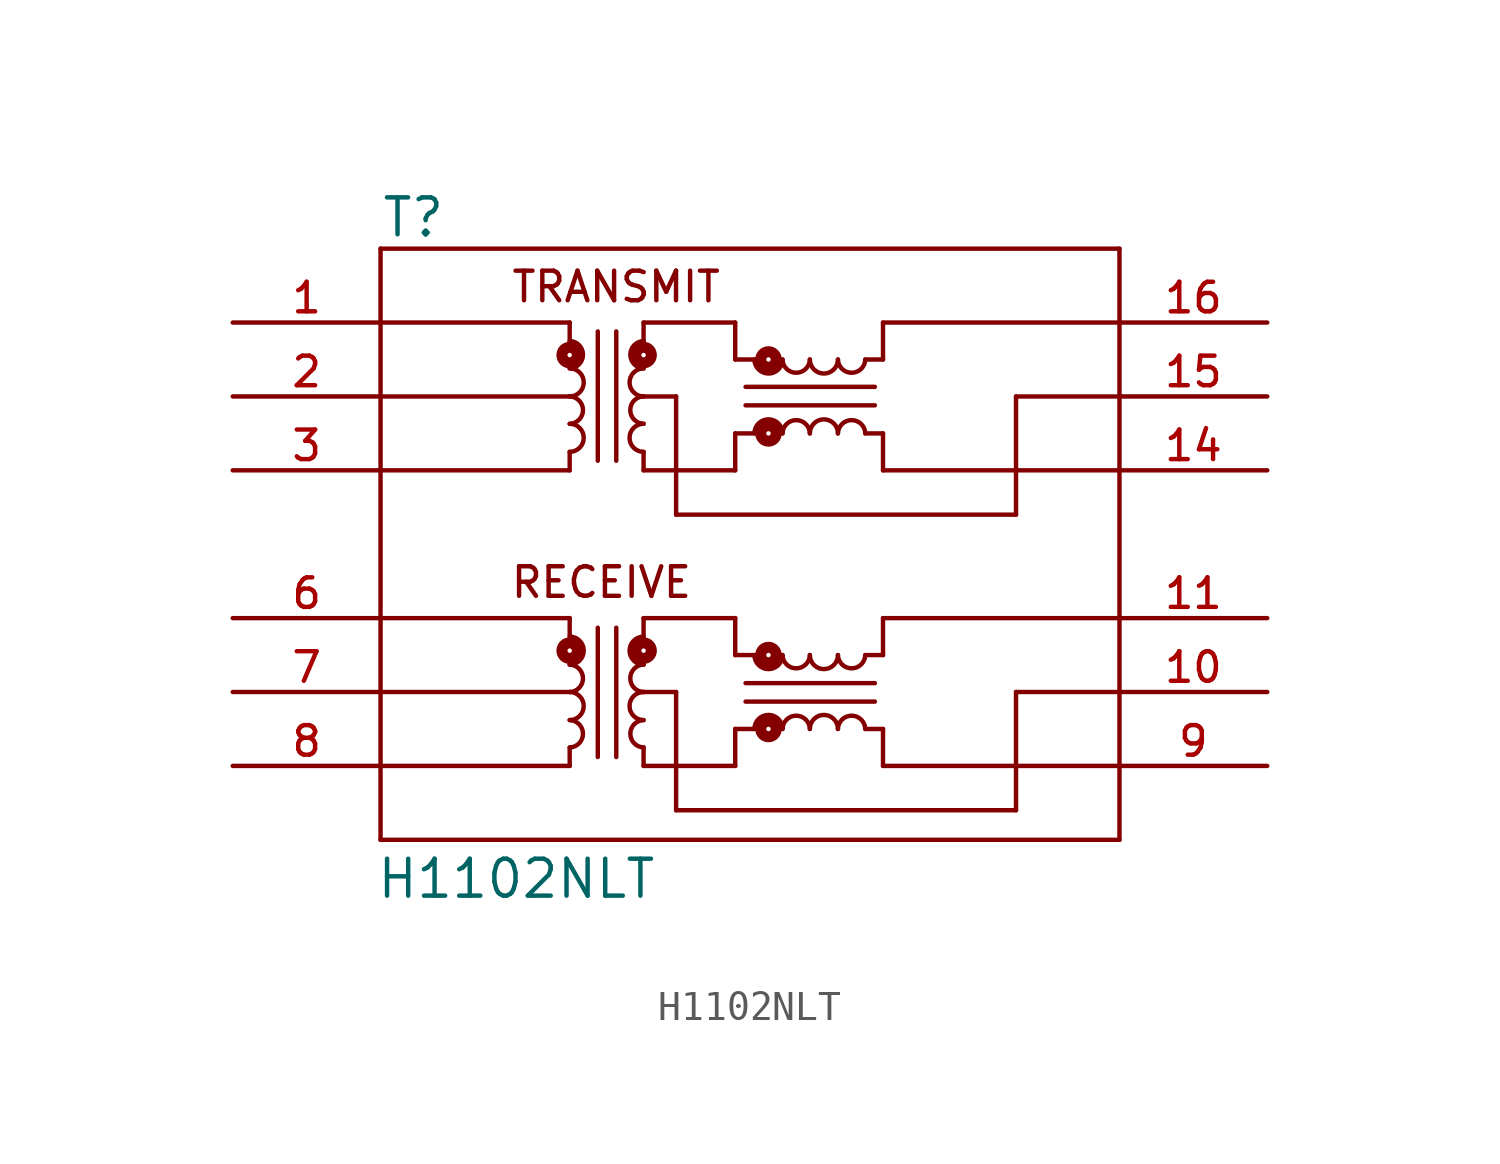
<source format=kicad_sym>
(kicad_symbol_lib
  (version 20211014)
  (generator kicad_symbol_editor)
  (symbol "H1102NLT"
    (pin_names
      (offset 1.016) hide)
    (property "Reference" "T"
      (at -12.7 10.49 0)
      (effects (font (size 1.27 1.27)) (justify left bottom)))
    (property "Value" "H1102NLT"
      (at -12.878 -12.243 0)
      (effects (font (size 1.27 1.27)) (justify left bottom)))
    (symbol "H1102NLT_0_0"
      (arc (start -6.1976 -6.985) (mid -5.7148 -6.5151) (end -6.1976 -6.0452) (stroke (width 0.1524) (type default) (color 0 0 0 0)) (fill (type none)))
      (arc (start -6.1976 -6.0452) (mid -5.715 -5.5626) (end -6.1976 -5.08) (stroke (width 0.1524) (type default) (color 0 0 0 0)) (fill (type none)))
      (arc (start -6.1976 -5.08) (mid -5.7148 -4.6101) (end -6.1976 -4.1402) (stroke (width 0.1524) (type default) (color 0 0 0 0)) (fill (type none)))
      (arc (start -6.1976 -4.1402) (mid -5.715 -3.6576) (end -6.1976 -3.175) (stroke (width 0.1524) (type default) (color 0 0 0 0)) (fill (type none)))
      (circle (center -6.198 -3.658) (radius 0.076) (stroke (width 0.381) (type default) (color 0 0 0 0)) (fill (type none)))
      (arc (start -6.1976 3.175) (mid -5.715 3.6576) (end -6.1976 4.1402) (stroke (width 0.1524) (type default) (color 0 0 0 0)) (fill (type none)))
      (arc (start -6.1976 4.1402) (mid -5.7402 4.6101) (end -6.1976 5.08) (stroke (width 0.1524) (type default) (color 0 0 0 0)) (fill (type none)))
      (arc (start -6.1976 5.08) (mid -5.715 5.5626) (end -6.1976 6.0452) (stroke (width 0.1524) (type default) (color 0 0 0 0)) (fill (type none)))
      (arc (start -6.1976 6.0452) (mid -5.7402 6.5151) (end -6.1976 6.985) (stroke (width 0.1524) (type default) (color 0 0 0 0)) (fill (type none)))
      (circle (center -6.198 6.502) (radius 0.076) (stroke (width 0.381) (type default) (color 0 0 0 0)) (fill (type none)))
      (arc (start -3.6576 -6.0452) (mid -4.115 -6.5151) (end -3.6576 -6.985) (stroke (width 0.1524) (type default) (color 0 0 0 0)) (fill (type none)))
      (arc (start -3.6576 -5.08) (mid -4.1402 -5.5626) (end -3.6576 -6.0452) (stroke (width 0.1524) (type default) (color 0 0 0 0)) (fill (type none)))
      (arc (start -3.6576 -4.1402) (mid -4.115 -4.6101) (end -3.6576 -5.08) (stroke (width 0.1524) (type default) (color 0 0 0 0)) (fill (type none)))
      (circle (center -3.658 -3.658) (radius 0.076) (stroke (width 0.381) (type default) (color 0 0 0 0)) (fill (type none)))
      (arc (start -3.6576 -3.175) (mid -4.1402 -3.6576) (end -3.6576 -4.1402) (stroke (width 0.1524) (type default) (color 0 0 0 0)) (fill (type none)))
      (arc (start -3.6576 4.1402) (mid -4.1402 3.6576) (end -3.6576 3.175) (stroke (width 0.1524) (type default) (color 0 0 0 0)) (fill (type none)))
      (arc (start -3.6576 5.08) (mid -4.1404 4.6101) (end -3.6576 4.1402) (stroke (width 0.1524) (type default) (color 0 0 0 0)) (fill (type none)))
      (arc (start -3.6576 6.0452) (mid -4.1402 5.5626) (end -3.6576 5.08) (stroke (width 0.1524) (type default) (color 0 0 0 0)) (fill (type none)))
      (circle (center -3.658 6.502) (radius 0.076) (stroke (width 0.381) (type default) (color 0 0 0 0)) (fill (type none)))
      (arc (start -3.6576 6.985) (mid -4.1404 6.5151) (end -3.6576 6.0452) (stroke (width 0.1524) (type default) (color 0 0 0 0)) (fill (type none)))
      (polyline (pts (xy -12.7 -10.16) (xy -12.7 10.16)) (stroke (width 0.152) (type default) (color 0 0 0 0)) (fill (type none)))
      (polyline (pts (xy -12.7 10.16) (xy 12.7 10.16)) (stroke (width 0.152) (type default) (color 0 0 0 0)) (fill (type none)))
      (polyline (pts (xy -12.649 -7.62) (xy -6.198 -7.62)) (stroke (width 0.152) (type default) (color 0 0 0 0)) (fill (type none)))
      (polyline (pts (xy -12.649 -5.08) (xy -6.198 -5.08)) (stroke (width 0.152) (type default) (color 0 0 0 0)) (fill (type none)))
      (polyline (pts (xy -12.649 -2.54) (xy -6.198 -2.54)) (stroke (width 0.152) (type default) (color 0 0 0 0)) (fill (type none)))
      (polyline (pts (xy -12.649 2.54) (xy -6.198 2.54)) (stroke (width 0.152) (type default) (color 0 0 0 0)) (fill (type none)))
      (polyline (pts (xy -12.649 5.08) (xy -6.198 5.08)) (stroke (width 0.152) (type default) (color 0 0 0 0)) (fill (type none)))
      (polyline (pts (xy -12.649 7.62) (xy -6.198 7.62)) (stroke (width 0.152) (type default) (color 0 0 0 0)) (fill (type none)))
      (polyline (pts (xy -6.198 -7.62) (xy -6.198 -6.985)) (stroke (width 0.152) (type default) (color 0 0 0 0)) (fill (type none)))
      (polyline (pts (xy -6.198 -2.54) (xy -6.198 -3.175)) (stroke (width 0.152) (type default) (color 0 0 0 0)) (fill (type none)))
      (polyline (pts (xy -6.198 2.54) (xy -6.198 3.175)) (stroke (width 0.152) (type default) (color 0 0 0 0)) (fill (type none)))
      (polyline (pts (xy -6.198 7.62) (xy -6.198 6.985)) (stroke (width 0.152) (type default) (color 0 0 0 0)) (fill (type none)))
      (polyline (pts (xy -5.232 -2.87) (xy -5.232 -7.315)) (stroke (width 0.152) (type default) (color 0 0 0 0)) (fill (type none)))
      (polyline (pts (xy -5.232 7.315) (xy -5.232 2.87)) (stroke (width 0.152) (type default) (color 0 0 0 0)) (fill (type none)))
      (polyline (pts (xy -4.597 -2.87) (xy -4.597 -7.315)) (stroke (width 0.152) (type default) (color 0 0 0 0)) (fill (type none)))
      (polyline (pts (xy -4.597 7.315) (xy -4.597 2.87)) (stroke (width 0.152) (type default) (color 0 0 0 0)) (fill (type none)))
      (polyline (pts (xy -3.81 -5.08) (xy -2.54 -5.08)) (stroke (width 0.152) (type default) (color 0 0 0 0)) (fill (type none)))
      (polyline (pts (xy -3.81 5.08) (xy -2.54 5.08)) (stroke (width 0.152) (type default) (color 0 0 0 0)) (fill (type none)))
      (polyline (pts (xy -3.658 -7.62) (xy -3.658 -6.985)) (stroke (width 0.152) (type default) (color 0 0 0 0)) (fill (type none)))
      (polyline (pts (xy -3.658 -2.54) (xy -3.658 -3.175)) (stroke (width 0.152) (type default) (color 0 0 0 0)) (fill (type none)))
      (polyline (pts (xy -3.658 2.54) (xy -3.658 3.175)) (stroke (width 0.152) (type default) (color 0 0 0 0)) (fill (type none)))
      (polyline (pts (xy -3.658 7.62) (xy -3.658 6.985)) (stroke (width 0.152) (type default) (color 0 0 0 0)) (fill (type none)))
      (polyline (pts (xy -2.54 -9.144) (xy 9.144 -9.144)) (stroke (width 0.152) (type default) (color 0 0 0 0)) (fill (type none)))
      (polyline (pts (xy -2.54 -5.08) (xy -2.54 -9.144)) (stroke (width 0.152) (type default) (color 0 0 0 0)) (fill (type none)))
      (polyline (pts (xy -2.54 1.016) (xy 9.144 1.016)) (stroke (width 0.152) (type default) (color 0 0 0 0)) (fill (type none)))
      (polyline (pts (xy -2.54 5.08) (xy -2.54 1.016)) (stroke (width 0.152) (type default) (color 0 0 0 0)) (fill (type none)))
      (polyline (pts (xy -0.508 -7.62) (xy -3.658 -7.62)) (stroke (width 0.152) (type default) (color 0 0 0 0)) (fill (type none)))
      (polyline (pts (xy -0.508 -6.35) (xy -0.508 -7.62)) (stroke (width 0.152) (type default) (color 0 0 0 0)) (fill (type none)))
      (polyline (pts (xy -0.508 -6.35) (xy 0.152 -6.35)) (stroke (width 0.152) (type default) (color 0 0 0 0)) (fill (type none)))
      (polyline (pts (xy -0.508 -3.81) (xy -0.508 -2.54)) (stroke (width 0.152) (type default) (color 0 0 0 0)) (fill (type none)))
      (polyline (pts (xy -0.508 -2.54) (xy -3.658 -2.54)) (stroke (width 0.152) (type default) (color 0 0 0 0)) (fill (type none)))
      (polyline (pts (xy -0.508 2.54) (xy -3.658 2.54)) (stroke (width 0.152) (type default) (color 0 0 0 0)) (fill (type none)))
      (polyline (pts (xy -0.508 3.81) (xy -0.508 2.54)) (stroke (width 0.152) (type default) (color 0 0 0 0)) (fill (type none)))
      (polyline (pts (xy -0.508 3.81) (xy 0.152 3.81)) (stroke (width 0.152) (type default) (color 0 0 0 0)) (fill (type none)))
      (polyline (pts (xy -0.508 6.35) (xy -0.508 7.62)) (stroke (width 0.152) (type default) (color 0 0 0 0)) (fill (type none)))
      (polyline (pts (xy -0.508 7.62) (xy -3.658 7.62)) (stroke (width 0.152) (type default) (color 0 0 0 0)) (fill (type none)))
      (polyline (pts (xy -0.152 -5.41) (xy 4.293 -5.41)) (stroke (width 0.152) (type default) (color 0 0 0 0)) (fill (type none)))
      (polyline (pts (xy -0.152 -4.775) (xy 4.293 -4.775)) (stroke (width 0.152) (type default) (color 0 0 0 0)) (fill (type none)))
      (polyline (pts (xy -0.152 4.775) (xy 4.293 4.775)) (stroke (width 0.152) (type default) (color 0 0 0 0)) (fill (type none)))
      (polyline (pts (xy -0.152 5.41) (xy 4.293 5.41)) (stroke (width 0.152) (type default) (color 0 0 0 0)) (fill (type none)))
      (polyline (pts (xy 0.152 -3.81) (xy -0.508 -3.81)) (stroke (width 0.152) (type default) (color 0 0 0 0)) (fill (type none)))
      (polyline (pts (xy 0.152 6.35) (xy -0.508 6.35)) (stroke (width 0.152) (type default) (color 0 0 0 0)) (fill (type none)))
      (polyline (pts (xy 4.572 -7.62) (xy 4.572 -6.35)) (stroke (width 0.152) (type default) (color 0 0 0 0)) (fill (type none)))
      (polyline (pts (xy 4.572 -6.35) (xy 3.962 -6.35)) (stroke (width 0.152) (type default) (color 0 0 0 0)) (fill (type none)))
      (polyline (pts (xy 4.572 -3.81) (xy 3.962 -3.81)) (stroke (width 0.152) (type default) (color 0 0 0 0)) (fill (type none)))
      (polyline (pts (xy 4.572 -3.81) (xy 4.572 -2.54)) (stroke (width 0.152) (type default) (color 0 0 0 0)) (fill (type none)))
      (polyline (pts (xy 4.572 2.54) (xy 4.572 3.81)) (stroke (width 0.152) (type default) (color 0 0 0 0)) (fill (type none)))
      (polyline (pts (xy 4.572 3.81) (xy 3.962 3.81)) (stroke (width 0.152) (type default) (color 0 0 0 0)) (fill (type none)))
      (polyline (pts (xy 4.572 6.35) (xy 3.962 6.35)) (stroke (width 0.152) (type default) (color 0 0 0 0)) (fill (type none)))
      (polyline (pts (xy 4.572 6.35) (xy 4.572 7.62)) (stroke (width 0.152) (type default) (color 0 0 0 0)) (fill (type none)))
      (polyline (pts (xy 9.144 -9.144) (xy 9.144 -5.08)) (stroke (width 0.152) (type default) (color 0 0 0 0)) (fill (type none)))
      (polyline (pts (xy 9.144 -5.08) (xy 12.7 -5.08)) (stroke (width 0.152) (type default) (color 0 0 0 0)) (fill (type none)))
      (polyline (pts (xy 9.144 1.016) (xy 9.144 5.08)) (stroke (width 0.152) (type default) (color 0 0 0 0)) (fill (type none)))
      (polyline (pts (xy 9.144 5.08) (xy 12.7 5.08)) (stroke (width 0.152) (type default) (color 0 0 0 0)) (fill (type none)))
      (polyline (pts (xy 12.7 -10.16) (xy -12.7 -10.16)) (stroke (width 0.152) (type default) (color 0 0 0 0)) (fill (type none)))
      (polyline (pts (xy 12.7 -7.62) (xy 4.572 -7.62)) (stroke (width 0.152) (type default) (color 0 0 0 0)) (fill (type none)))
      (polyline (pts (xy 12.7 -7.62) (xy 12.7 -10.16)) (stroke (width 0.152) (type default) (color 0 0 0 0)) (fill (type none)))
      (polyline (pts (xy 12.7 -5.08) (xy 12.7 -7.62)) (stroke (width 0.152) (type default) (color 0 0 0 0)) (fill (type none)))
      (polyline (pts (xy 12.7 -2.54) (xy 4.572 -2.54)) (stroke (width 0.152) (type default) (color 0 0 0 0)) (fill (type none)))
      (polyline (pts (xy 12.7 -2.54) (xy 12.7 -5.08)) (stroke (width 0.152) (type default) (color 0 0 0 0)) (fill (type none)))
      (polyline (pts (xy 12.7 2.54) (xy 4.572 2.54)) (stroke (width 0.152) (type default) (color 0 0 0 0)) (fill (type none)))
      (polyline (pts (xy 12.7 2.54) (xy 12.7 -2.54)) (stroke (width 0.152) (type default) (color 0 0 0 0)) (fill (type none)))
      (polyline (pts (xy 12.7 5.08) (xy 12.7 2.54)) (stroke (width 0.152) (type default) (color 0 0 0 0)) (fill (type none)))
      (polyline (pts (xy 12.7 7.62) (xy 4.572 7.62)) (stroke (width 0.152) (type default) (color 0 0 0 0)) (fill (type none)))
      (polyline (pts (xy 12.7 7.62) (xy 12.7 5.08)) (stroke (width 0.152) (type default) (color 0 0 0 0)) (fill (type none)))
      (polyline (pts (xy 12.7 10.16) (xy 12.7 7.62)) (stroke (width 0.152) (type default) (color 0 0 0 0)) (fill (type none)))
      (arc (start 0.1524 -3.81) (mid 0.635 -4.2926) (end 1.1176 -3.81) (stroke (width 0.1524) (type default) (color 0 0 0 0)) (fill (type none)))
      (arc (start 0.1524 6.35) (mid 0.635 5.8674) (end 1.1176 6.35) (stroke (width 0.1524) (type default) (color 0 0 0 0)) (fill (type none)))
      (circle (center 0.635 -6.35) (radius 0.076) (stroke (width 0.381) (type default) (color 0 0 0 0)) (fill (type none)))
      (circle (center 0.635 -3.81) (radius 0.076) (stroke (width 0.381) (type default) (color 0 0 0 0)) (fill (type none)))
      (circle (center 0.635 3.81) (radius 0.076) (stroke (width 0.381) (type default) (color 0 0 0 0)) (fill (type none)))
      (circle (center 0.635 6.35) (radius 0.076) (stroke (width 0.381) (type default) (color 0 0 0 0)) (fill (type none)))
      (arc (start 1.1176 -6.35) (mid 0.635 -5.8674) (end 0.1524 -6.35) (stroke (width 0.1524) (type default) (color 0 0 0 0)) (fill (type none)))
      (arc (start 1.1176 -3.81) (mid 1.5875 -4.2928) (end 2.0574 -3.81) (stroke (width 0.1524) (type default) (color 0 0 0 0)) (fill (type none)))
      (arc (start 1.1176 3.81) (mid 0.635 4.2926) (end 0.1524 3.81) (stroke (width 0.1524) (type default) (color 0 0 0 0)) (fill (type none)))
      (arc (start 1.1176 6.35) (mid 1.5875 5.8672) (end 2.0574 6.35) (stroke (width 0.1524) (type default) (color 0 0 0 0)) (fill (type none)))
      (arc (start 2.0574 -6.35) (mid 1.5875 -5.8926) (end 1.1176 -6.35) (stroke (width 0.1524) (type default) (color 0 0 0 0)) (fill (type none)))
      (arc (start 2.0574 -3.81) (mid 2.54 -4.2926) (end 3.0226 -3.81) (stroke (width 0.1524) (type default) (color 0 0 0 0)) (fill (type none)))
      (arc (start 2.0574 3.81) (mid 1.5875 4.2674) (end 1.1176 3.81) (stroke (width 0.1524) (type default) (color 0 0 0 0)) (fill (type none)))
      (arc (start 2.0574 6.35) (mid 2.54 5.8674) (end 3.0226 6.35) (stroke (width 0.1524) (type default) (color 0 0 0 0)) (fill (type none)))
      (arc (start 3.0226 -6.35) (mid 2.54 -5.8674) (end 2.0574 -6.35) (stroke (width 0.1524) (type default) (color 0 0 0 0)) (fill (type none)))
      (arc (start 3.0226 -3.81) (mid 3.4925 -4.2928) (end 3.9624 -3.81) (stroke (width 0.1524) (type default) (color 0 0 0 0)) (fill (type none)))
      (arc (start 3.0226 3.81) (mid 2.54 4.2926) (end 2.0574 3.81) (stroke (width 0.1524) (type default) (color 0 0 0 0)) (fill (type none)))
      (arc (start 3.0226 6.35) (mid 3.4925 5.8672) (end 3.9624 6.35) (stroke (width 0.1524) (type default) (color 0 0 0 0)) (fill (type none)))
      (arc (start 3.9624 -6.35) (mid 3.4925 -5.8926) (end 3.0226 -6.35) (stroke (width 0.1524) (type default) (color 0 0 0 0)) (fill (type none)))
      (arc (start 3.9624 3.81) (mid 3.4925 4.2674) (end 3.0226 3.81) (stroke (width 0.1524) (type default) (color 0 0 0 0)) (fill (type none)))
      (text "RECEIVE" (at -8.28 -1.905 0) (effects (font (size 1.016 1.016)) (justify left bottom)))
      (text "TRANSMIT" (at -8.255 8.255 0) (effects (font (size 1.016 1.016)) (justify left bottom)))
      (pin passive line (at -17.78 7.62 0) (length 5.08) (name "~" (effects (font (size 1.016 1.016)))) (number "1" (effects (font (size 1.016 1.016)))))
      (pin passive line (at 17.78 -5.08 180) (length 5.08) (name "~" (effects (font (size 1.016 1.016)))) (number "10" (effects (font (size 1.016 1.016)))))
      (pin passive line (at 17.78 -2.54 180) (length 5.08) (name "~" (effects (font (size 1.016 1.016)))) (number "11" (effects (font (size 1.016 1.016)))))
      (pin passive line (at 17.78 2.54 180) (length 5.08) (name "~" (effects (font (size 1.016 1.016)))) (number "14" (effects (font (size 1.016 1.016)))))
      (pin passive line (at 17.78 5.08 180) (length 5.08) (name "~" (effects (font (size 1.016 1.016)))) (number "15" (effects (font (size 1.016 1.016)))))
      (pin passive line (at 17.78 7.62 180) (length 5.08) (name "~" (effects (font (size 1.016 1.016)))) (number "16" (effects (font (size 1.016 1.016)))))
      (pin passive line (at -17.78 5.08 0) (length 5.08) (name "~" (effects (font (size 1.016 1.016)))) (number "2" (effects (font (size 1.016 1.016)))))
      (pin passive line (at -17.78 2.54 0) (length 5.08) (name "~" (effects (font (size 1.016 1.016)))) (number "3" (effects (font (size 1.016 1.016)))))
      (pin passive line (at -17.78 -2.54 0) (length 5.08) (name "~" (effects (font (size 1.016 1.016)))) (number "6" (effects (font (size 1.016 1.016)))))
      (pin passive line (at -17.78 -5.08 0) (length 5.08) (name "~" (effects (font (size 1.016 1.016)))) (number "7" (effects (font (size 1.016 1.016)))))
      (pin passive line (at -17.78 -7.62 0) (length 5.08) (name "~" (effects (font (size 1.016 1.016)))) (number "8" (effects (font (size 1.016 1.016)))))
      (pin passive line (at 17.78 -7.62 180) (length 5.08) (name "~" (effects (font (size 1.016 1.016)))) (number "9" (effects (font (size 1.016 1.016))))))))
</source>
